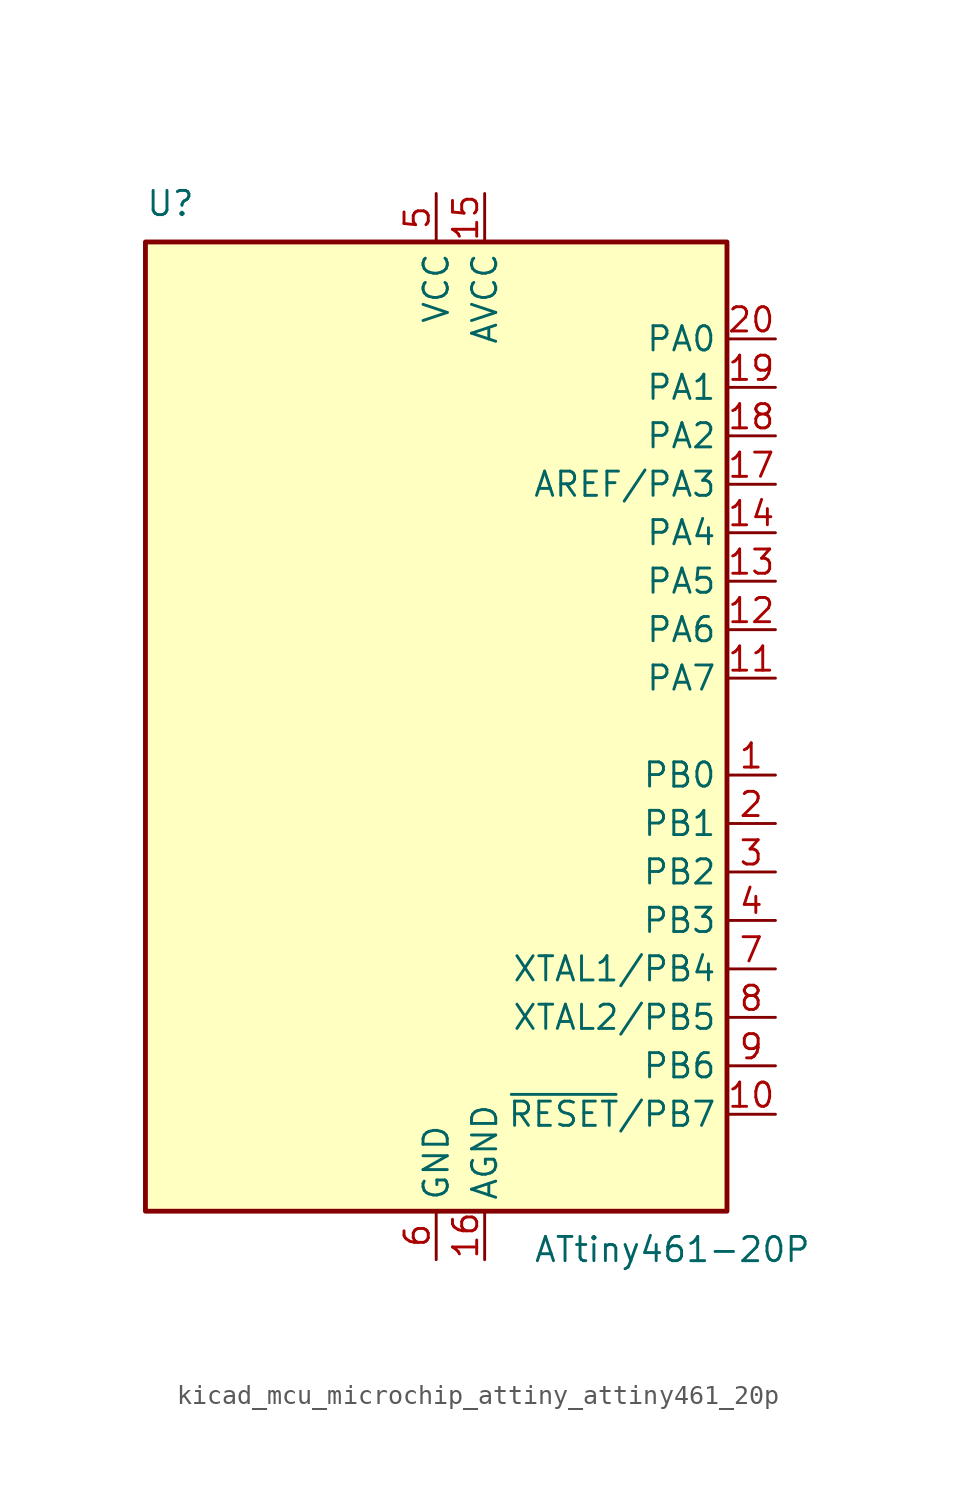
<source format=kicad_sym>
(kicad_symbol_lib
  (version 20220914)
  (generator kicad_symbol_editor)
  (symbol "kicad_mcu_microchip_attiny_attiny461_20p"
    (property "Reference" "U"
      (at -15.24 26.67 0)
      (effects (font (size 1.27 1.27)) (justify left bottom)))
    (property "Value" "ATtiny461-20P"
      (at 5.08 -26.67 0)
      (effects (font (size 1.27 1.27)) (justify left top)))
    (symbol "kicad_mcu_microchip_attiny_attiny461_20p_0_1"
      (rectangle (start -15.24 -25.4) (end 15.24 25.4) (stroke (width 0.254) (type default)) (fill (type background))))
    (symbol "kicad_mcu_microchip_attiny_attiny461_20p_1_1"
      (pin bidirectional line (at 17.78 -2.54 180) (length 2.54) (name "PB0" (effects (font (size 1.27 1.27)))) (number "1" (effects (font (size 1.27 1.27)))))
      (pin bidirectional line (at 17.78 -20.32 180) (length 2.54) (name "~{RESET}/PB7" (effects (font (size 1.27 1.27)))) (number "10" (effects (font (size 1.27 1.27)))))
      (pin bidirectional line (at 17.78 2.54 180) (length 2.54) (name "PA7" (effects (font (size 1.27 1.27)))) (number "11" (effects (font (size 1.27 1.27)))))
      (pin bidirectional line (at 17.78 5.08 180) (length 2.54) (name "PA6" (effects (font (size 1.27 1.27)))) (number "12" (effects (font (size 1.27 1.27)))))
      (pin bidirectional line (at 17.78 7.62 180) (length 2.54) (name "PA5" (effects (font (size 1.27 1.27)))) (number "13" (effects (font (size 1.27 1.27)))))
      (pin bidirectional line (at 17.78 10.16 180) (length 2.54) (name "PA4" (effects (font (size 1.27 1.27)))) (number "14" (effects (font (size 1.27 1.27)))))
      (pin power_in line (at 2.54 27.94 270) (length 2.54) (name "AVCC" (effects (font (size 1.27 1.27)))) (number "15" (effects (font (size 1.27 1.27)))))
      (pin power_in line (at 2.54 -27.94 90) (length 2.54) (name "AGND" (effects (font (size 1.27 1.27)))) (number "16" (effects (font (size 1.27 1.27)))))
      (pin bidirectional line (at 17.78 12.7 180) (length 2.54) (name "AREF/PA3" (effects (font (size 1.27 1.27)))) (number "17" (effects (font (size 1.27 1.27)))))
      (pin bidirectional line (at 17.78 15.24 180) (length 2.54) (name "PA2" (effects (font (size 1.27 1.27)))) (number "18" (effects (font (size 1.27 1.27)))))
      (pin bidirectional line (at 17.78 17.78 180) (length 2.54) (name "PA1" (effects (font (size 1.27 1.27)))) (number "19" (effects (font (size 1.27 1.27)))))
      (pin bidirectional line (at 17.78 -5.08 180) (length 2.54) (name "PB1" (effects (font (size 1.27 1.27)))) (number "2" (effects (font (size 1.27 1.27)))))
      (pin bidirectional line (at 17.78 20.32 180) (length 2.54) (name "PA0" (effects (font (size 1.27 1.27)))) (number "20" (effects (font (size 1.27 1.27)))))
      (pin bidirectional line (at 17.78 -7.62 180) (length 2.54) (name "PB2" (effects (font (size 1.27 1.27)))) (number "3" (effects (font (size 1.27 1.27)))))
      (pin bidirectional line (at 17.78 -10.16 180) (length 2.54) (name "PB3" (effects (font (size 1.27 1.27)))) (number "4" (effects (font (size 1.27 1.27)))))
      (pin power_in line (at 0 27.94 270) (length 2.54) (name "VCC" (effects (font (size 1.27 1.27)))) (number "5" (effects (font (size 1.27 1.27)))))
      (pin power_in line (at 0 -27.94 90) (length 2.54) (name "GND" (effects (font (size 1.27 1.27)))) (number "6" (effects (font (size 1.27 1.27)))))
      (pin bidirectional line (at 17.78 -12.7 180) (length 2.54) (name "XTAL1/PB4" (effects (font (size 1.27 1.27)))) (number "7" (effects (font (size 1.27 1.27)))))
      (pin bidirectional line (at 17.78 -15.24 180) (length 2.54) (name "XTAL2/PB5" (effects (font (size 1.27 1.27)))) (number "8" (effects (font (size 1.27 1.27)))))
      (pin bidirectional line (at 17.78 -17.78 180) (length 2.54) (name "PB6" (effects (font (size 1.27 1.27)))) (number "9" (effects (font (size 1.27 1.27))))))))
</source>
